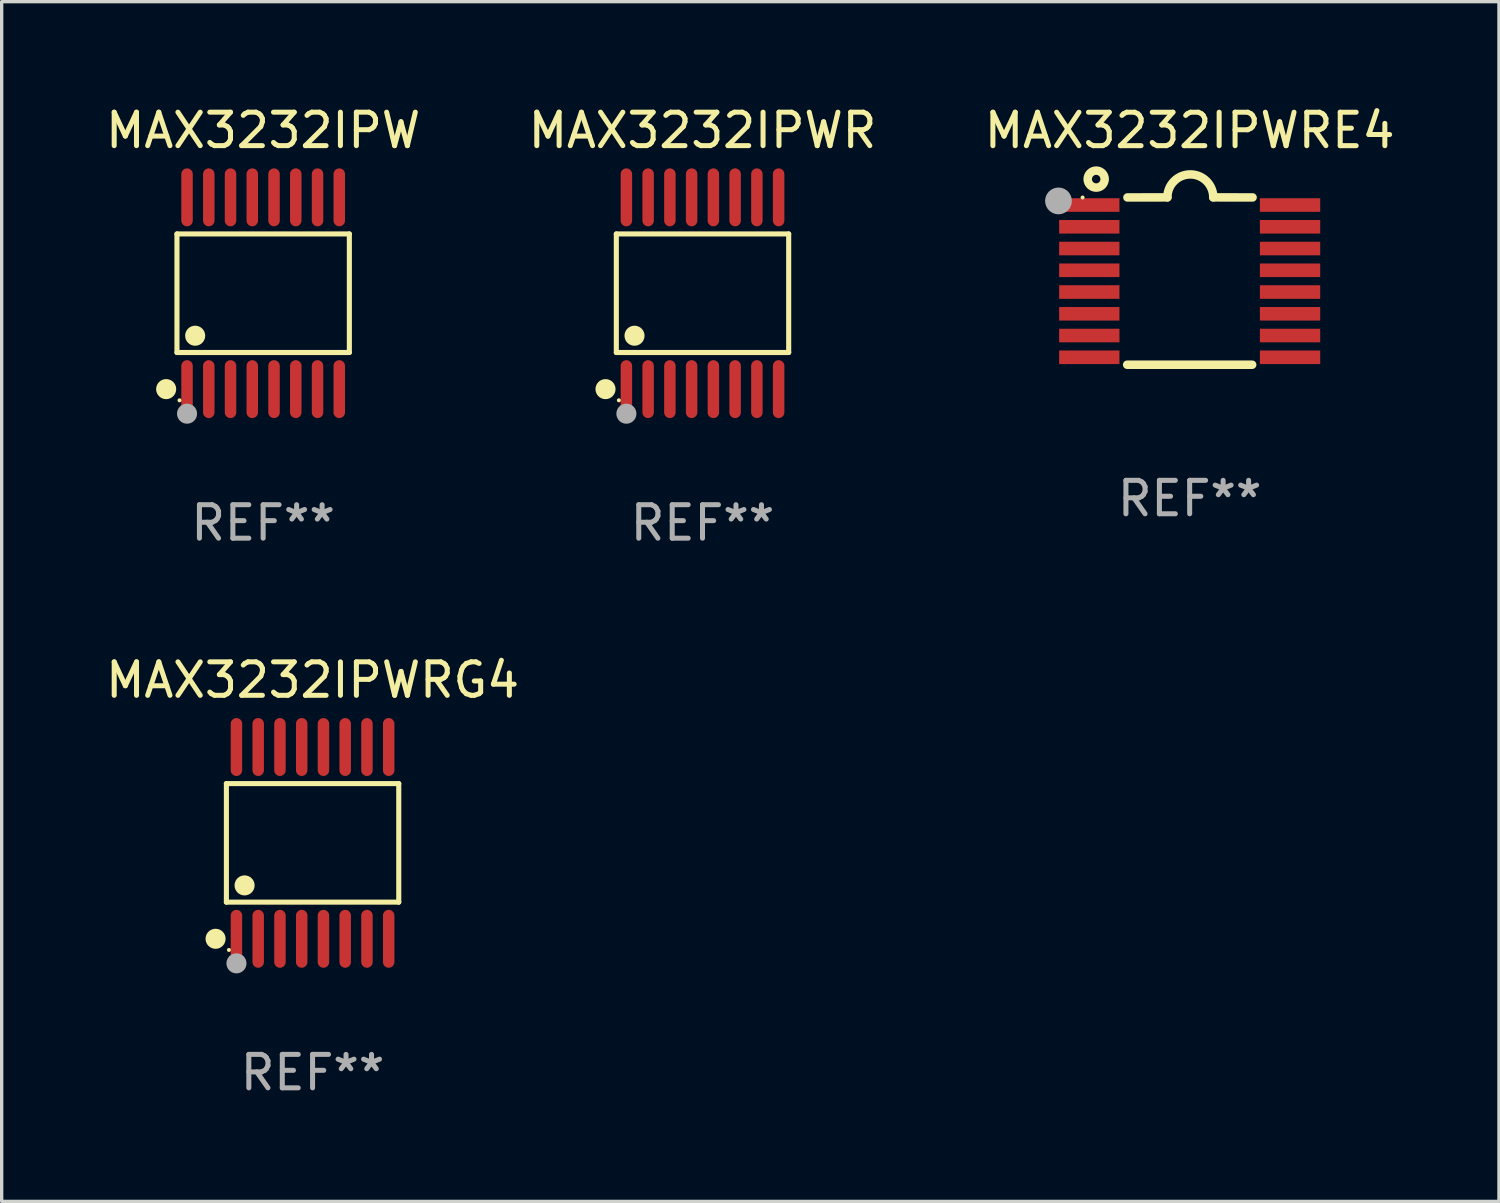
<source format=kicad_pcb>
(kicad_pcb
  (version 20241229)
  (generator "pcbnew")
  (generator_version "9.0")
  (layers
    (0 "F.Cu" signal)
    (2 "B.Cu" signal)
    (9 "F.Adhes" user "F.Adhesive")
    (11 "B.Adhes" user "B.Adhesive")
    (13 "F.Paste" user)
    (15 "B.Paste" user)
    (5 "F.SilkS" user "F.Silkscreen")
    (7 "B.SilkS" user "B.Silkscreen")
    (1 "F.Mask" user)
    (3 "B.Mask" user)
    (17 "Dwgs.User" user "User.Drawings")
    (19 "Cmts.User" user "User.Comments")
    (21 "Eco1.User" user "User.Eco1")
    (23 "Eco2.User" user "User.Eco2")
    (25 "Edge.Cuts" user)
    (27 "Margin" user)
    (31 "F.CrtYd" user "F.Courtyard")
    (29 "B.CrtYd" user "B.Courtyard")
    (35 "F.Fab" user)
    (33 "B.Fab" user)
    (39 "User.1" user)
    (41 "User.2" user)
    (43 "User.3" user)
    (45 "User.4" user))
  (footprint "MAX3232IPW"
    (layer "F.Cu")
    (at 4.815 5.714)
    (property "Reference" "MAX3232IPW" (at 0 -4.866 0) (layer "F.SilkS") (effects (font (size 1 1) (thickness 0.15))))
    (attr through_hole)
    (fp_line (start -2.576 -1.772) (end 2.576 -1.772) (stroke (width 0.152) (type solid)) (layer "F.SilkS"))
    (fp_line (start -2.576 1.771) (end -2.576 -1.772) (stroke (width 0.152) (type solid)) (layer "F.SilkS"))
    (fp_line (start 2.576 -1.772) (end 2.576 1.771) (stroke (width 0.152) (type solid)) (layer "F.SilkS"))
    (fp_line (start 2.576 1.771) (end -2.576 1.771) (stroke (width 0.152) (type solid)) (layer "F.SilkS"))
    (fp_circle (center -2.899 2.866) (end -2.749 2.866) (stroke (width 0.3) (type solid)) (fill no) (layer "F.SilkS"))
    (fp_circle (center -2.5 3.2) (end -2.47 3.2) (stroke (width 0.06) (type solid)) (fill no) (layer "F.SilkS"))
    (fp_circle (center -2.032 1.27) (end -1.882 1.27) (stroke (width 0.3) (type solid)) (fill no) (layer "F.SilkS"))
    (fp_circle (center -2.275 3.6) (end -2.125 3.6) (stroke (width 0.3) (type solid)) (fill no) (layer "F.Fab"))
    (fp_text user "REF**" (at 0 6.866 0) (layer "F.Fab") (effects (font (size 1 1) (thickness 0.15))))
    (pad "1" smd oval (at -2.275 2.866) (size 0.343 1.731) (layers "F.Cu" "F.Mask" "F.Paste"))
    (pad "2" smd oval (at -1.625 2.866) (size 0.343 1.731) (layers "F.Cu" "F.Mask" "F.Paste"))
    (pad "3" smd oval (at -0.975 2.866) (size 0.343 1.731) (layers "F.Cu" "F.Mask" "F.Paste"))
    (pad "4" smd oval (at -0.325 2.866) (size 0.343 1.731) (layers "F.Cu" "F.Mask" "F.Paste"))
    (pad "5" smd oval (at 0.325 2.866) (size 0.343 1.731) (layers "F.Cu" "F.Mask" "F.Paste"))
    (pad "6" smd oval (at 0.975 2.866) (size 0.343 1.731) (layers "F.Cu" "F.Mask" "F.Paste"))
    (pad "7" smd oval (at 1.625 2.866) (size 0.343 1.731) (layers "F.Cu" "F.Mask" "F.Paste"))
    (pad "8" smd oval (at 2.275 2.866) (size 0.343 1.731) (layers "F.Cu" "F.Mask" "F.Paste"))
    (pad "9" smd oval (at 2.275 -2.866) (size 0.343 1.731) (layers "F.Cu" "F.Mask" "F.Paste"))
    (pad "10" smd oval (at 1.625 -2.866) (size 0.343 1.731) (layers "F.Cu" "F.Mask" "F.Paste"))
    (pad "11" smd oval (at 0.975 -2.866) (size 0.343 1.731) (layers "F.Cu" "F.Mask" "F.Paste"))
    (pad "12" smd oval (at 0.325 -2.866) (size 0.343 1.731) (layers "F.Cu" "F.Mask" "F.Paste"))
    (pad "13" smd oval (at -0.325 -2.866) (size 0.343 1.731) (layers "F.Cu" "F.Mask" "F.Paste"))
    (pad "14" smd oval (at -0.975 -2.866) (size 0.343 1.731) (layers "F.Cu" "F.Mask" "F.Paste"))
    (pad "15" smd oval (at -1.625 -2.866) (size 0.343 1.731) (layers "F.Cu" "F.Mask" "F.Paste"))
    (pad "16" smd oval (at -2.275 -2.866) (size 0.343 1.731) (layers "F.Cu" "F.Mask" "F.Paste")))
  (footprint "MAX3232IPWR"
    (layer "F.Cu")
    (at 17.946 5.714)
    (property "Reference" "MAX3232IPWR" (at 0 -4.866 0) (layer "F.SilkS") (effects (font (size 1 1) (thickness 0.15))))
    (attr through_hole)
    (fp_line (start -2.576 -1.772) (end 2.576 -1.772) (stroke (width 0.152) (type solid)) (layer "F.SilkS"))
    (fp_line (start -2.576 1.771) (end -2.576 -1.772) (stroke (width 0.152) (type solid)) (layer "F.SilkS"))
    (fp_line (start 2.576 -1.772) (end 2.576 1.771) (stroke (width 0.152) (type solid)) (layer "F.SilkS"))
    (fp_line (start 2.576 1.771) (end -2.576 1.771) (stroke (width 0.152) (type solid)) (layer "F.SilkS"))
    (fp_circle (center -2.899 2.866) (end -2.749 2.866) (stroke (width 0.3) (type solid)) (fill no) (layer "F.SilkS"))
    (fp_circle (center -2.5 3.2) (end -2.47 3.2) (stroke (width 0.06) (type solid)) (fill no) (layer "F.SilkS"))
    (fp_circle (center -2.032 1.27) (end -1.882 1.27) (stroke (width 0.3) (type solid)) (fill no) (layer "F.SilkS"))
    (fp_circle (center -2.275 3.6) (end -2.125 3.6) (stroke (width 0.3) (type solid)) (fill no) (layer "F.Fab"))
    (fp_text user "REF**" (at 0 6.866 0) (layer "F.Fab") (effects (font (size 1 1) (thickness 0.15))))
    (pad "1" smd oval (at -2.275 2.866) (size 0.343 1.731) (layers "F.Cu" "F.Mask" "F.Paste"))
    (pad "2" smd oval (at -1.625 2.866) (size 0.343 1.731) (layers "F.Cu" "F.Mask" "F.Paste"))
    (pad "3" smd oval (at -0.975 2.866) (size 0.343 1.731) (layers "F.Cu" "F.Mask" "F.Paste"))
    (pad "4" smd oval (at -0.325 2.866) (size 0.343 1.731) (layers "F.Cu" "F.Mask" "F.Paste"))
    (pad "5" smd oval (at 0.325 2.866) (size 0.343 1.731) (layers "F.Cu" "F.Mask" "F.Paste"))
    (pad "6" smd oval (at 0.975 2.866) (size 0.343 1.731) (layers "F.Cu" "F.Mask" "F.Paste"))
    (pad "7" smd oval (at 1.625 2.866) (size 0.343 1.731) (layers "F.Cu" "F.Mask" "F.Paste"))
    (pad "8" smd oval (at 2.275 2.866) (size 0.343 1.731) (layers "F.Cu" "F.Mask" "F.Paste"))
    (pad "9" smd oval (at 2.275 -2.866) (size 0.343 1.731) (layers "F.Cu" "F.Mask" "F.Paste"))
    (pad "10" smd oval (at 1.625 -2.866) (size 0.343 1.731) (layers "F.Cu" "F.Mask" "F.Paste"))
    (pad "11" smd oval (at 0.975 -2.866) (size 0.343 1.731) (layers "F.Cu" "F.Mask" "F.Paste"))
    (pad "12" smd oval (at 0.325 -2.866) (size 0.343 1.731) (layers "F.Cu" "F.Mask" "F.Paste"))
    (pad "13" smd oval (at -0.325 -2.866) (size 0.343 1.731) (layers "F.Cu" "F.Mask" "F.Paste"))
    (pad "14" smd oval (at -0.975 -2.866) (size 0.343 1.731) (layers "F.Cu" "F.Mask" "F.Paste"))
    (pad "15" smd oval (at -1.625 -2.866) (size 0.343 1.731) (layers "F.Cu" "F.Mask" "F.Paste"))
    (pad "16" smd oval (at -2.275 -2.866) (size 0.343 1.731) (layers "F.Cu" "F.Mask" "F.Paste")))
  (footprint "MAX3232IPWRG4"
    (layer "F.Cu")
    (at 6.292 22.142)
    (property "Reference" "MAX3232IPWRG4" (at 0 -4.866 0) (layer "F.SilkS") (effects (font (size 1 1) (thickness 0.15))))
    (attr through_hole)
    (fp_line (start -2.576 -1.772) (end 2.576 -1.772) (stroke (width 0.152) (type solid)) (layer "F.SilkS"))
    (fp_line (start -2.576 1.771) (end -2.576 -1.772) (stroke (width 0.152) (type solid)) (layer "F.SilkS"))
    (fp_line (start 2.576 -1.772) (end 2.576 1.771) (stroke (width 0.152) (type solid)) (layer "F.SilkS"))
    (fp_line (start 2.576 1.771) (end -2.576 1.771) (stroke (width 0.152) (type solid)) (layer "F.SilkS"))
    (fp_circle (center -2.899 2.866) (end -2.749 2.866) (stroke (width 0.3) (type solid)) (fill no) (layer "F.SilkS"))
    (fp_circle (center -2.5 3.2) (end -2.47 3.2) (stroke (width 0.06) (type solid)) (fill no) (layer "F.SilkS"))
    (fp_circle (center -2.032 1.27) (end -1.882 1.27) (stroke (width 0.3) (type solid)) (fill no) (layer "F.SilkS"))
    (fp_circle (center -2.275 3.6) (end -2.125 3.6) (stroke (width 0.3) (type solid)) (fill no) (layer "F.Fab"))
    (fp_text user "REF**" (at 0 6.866 0) (layer "F.Fab") (effects (font (size 1 1) (thickness 0.15))))
    (pad "1" smd oval (at -2.275 2.866) (size 0.343 1.731) (layers "F.Cu" "F.Mask" "F.Paste"))
    (pad "2" smd oval (at -1.625 2.866) (size 0.343 1.731) (layers "F.Cu" "F.Mask" "F.Paste"))
    (pad "3" smd oval (at -0.975 2.866) (size 0.343 1.731) (layers "F.Cu" "F.Mask" "F.Paste"))
    (pad "4" smd oval (at -0.325 2.866) (size 0.343 1.731) (layers "F.Cu" "F.Mask" "F.Paste"))
    (pad "5" smd oval (at 0.325 2.866) (size 0.343 1.731) (layers "F.Cu" "F.Mask" "F.Paste"))
    (pad "6" smd oval (at 0.975 2.866) (size 0.343 1.731) (layers "F.Cu" "F.Mask" "F.Paste"))
    (pad "7" smd oval (at 1.625 2.866) (size 0.343 1.731) (layers "F.Cu" "F.Mask" "F.Paste"))
    (pad "8" smd oval (at 2.275 2.866) (size 0.343 1.731) (layers "F.Cu" "F.Mask" "F.Paste"))
    (pad "9" smd oval (at 2.275 -2.866) (size 0.343 1.731) (layers "F.Cu" "F.Mask" "F.Paste"))
    (pad "10" smd oval (at 1.625 -2.866) (size 0.343 1.731) (layers "F.Cu" "F.Mask" "F.Paste"))
    (pad "11" smd oval (at 0.975 -2.866) (size 0.343 1.731) (layers "F.Cu" "F.Mask" "F.Paste"))
    (pad "12" smd oval (at 0.325 -2.866) (size 0.343 1.731) (layers "F.Cu" "F.Mask" "F.Paste"))
    (pad "13" smd oval (at -0.325 -2.866) (size 0.343 1.731) (layers "F.Cu" "F.Mask" "F.Paste"))
    (pad "14" smd oval (at -0.975 -2.866) (size 0.343 1.731) (layers "F.Cu" "F.Mask" "F.Paste"))
    (pad "15" smd oval (at -1.625 -2.866) (size 0.343 1.731) (layers "F.Cu" "F.Mask" "F.Paste"))
    (pad "16" smd oval (at -2.275 -2.866) (size 0.343 1.731) (layers "F.Cu" "F.Mask" "F.Paste")))
  (footprint "MAX3232IPWRE4"
    (layer "F.Cu")
    (at 32.506 5.35)
    (property "Reference" "MAX3232IPWRE4" (at 0 -4.501 0) (layer "F.SilkS") (effects (font (size 1 1) (thickness 0.15))))
    (attr through_hole)
    (fp_line (start -1.868 2.501) (end 1.868 2.501) (stroke (width 0.254) (type solid)) (layer "F.SilkS"))
    (fp_line (start -1.86 -2.499) (end -0.666 -2.501) (stroke (width 0.254) (type solid)) (layer "F.SilkS"))
    (fp_line (start 0.706 -2.501) (end 1.88 -2.499) (stroke (width 0.254) (type solid)) (layer "F.SilkS"))
    (fp_arc (start -0.665914 -2.501448) (mid 0.019888 -3.18725) (end 0.70569 -2.501448) (stroke (width 0.254001) (type solid)) (layer "F.SilkS"))
    (fp_circle (center -3.2 -2.497) (end -3.17 -2.497) (stroke (width 0.06) (type solid)) (fill no) (layer "F.SilkS"))
    (fp_circle (center -2.794 -3.047) (end -2.54 -3.047) (stroke (width 0.254) (type solid)) (fill no) (layer "F.SilkS"))
    (fp_circle (center -3.921 -2.395) (end -3.721 -2.395) (stroke (width 0.4) (type solid)) (fill no) (layer "F.Fab"))
    (fp_text user "REF**" (at 0 6.501 0) (layer "F.Fab") (effects (font (size 1 1) (thickness 0.15))))
    (pad "1" smd rect (at -3 -2.272) (size 1.803 0.406) (layers "F.Cu" "F.Mask" "F.Paste"))
    (pad "2" smd rect (at -3 -1.622) (size 1.803 0.406) (layers "F.Cu" "F.Mask" "F.Paste"))
    (pad "3" smd rect (at -3 -0.972) (size 1.803 0.406) (layers "F.Cu" "F.Mask" "F.Paste"))
    (pad "4" smd rect (at -3 -0.322) (size 1.803 0.406) (layers "F.Cu" "F.Mask" "F.Paste"))
    (pad "5" smd rect (at -3 0.328) (size 1.803 0.406) (layers "F.Cu" "F.Mask" "F.Paste"))
    (pad "6" smd rect (at -3 0.978) (size 1.803 0.406) (layers "F.Cu" "F.Mask" "F.Paste"))
    (pad "7" smd rect (at -3 1.628) (size 1.803 0.406) (layers "F.Cu" "F.Mask" "F.Paste"))
    (pad "8" smd rect (at -3 2.278) (size 1.803 0.406) (layers "F.Cu" "F.Mask" "F.Paste"))
    (pad "9" smd rect (at 3 2.278) (size 1.803 0.406) (layers "F.Cu" "F.Mask" "F.Paste"))
    (pad "10" smd rect (at 3 1.628) (size 1.803 0.406) (layers "F.Cu" "F.Mask" "F.Paste"))
    (pad "11" smd rect (at 3 0.978) (size 1.803 0.406) (layers "F.Cu" "F.Mask" "F.Paste"))
    (pad "12" smd rect (at 3 0.328) (size 1.803 0.406) (layers "F.Cu" "F.Mask" "F.Paste"))
    (pad "13" smd rect (at 3 -0.322) (size 1.803 0.406) (layers "F.Cu" "F.Mask" "F.Paste"))
    (pad "14" smd rect (at 3 -0.972) (size 1.803 0.406) (layers "F.Cu" "F.Mask" "F.Paste"))
    (pad "15" smd rect (at 3 -1.622) (size 1.803 0.406) (layers "F.Cu" "F.Mask" "F.Paste"))
    (pad "16" smd rect (at 3 -2.272) (size 1.803 0.406) (layers "F.Cu" "F.Mask" "F.Paste")))
  (gr_rect
    (start -3 -3)
    (end 41.75 32.856)
    (stroke (width 0.1) (type default))
    (fill no)
    (layer "Edge.Cuts")))
</source>
